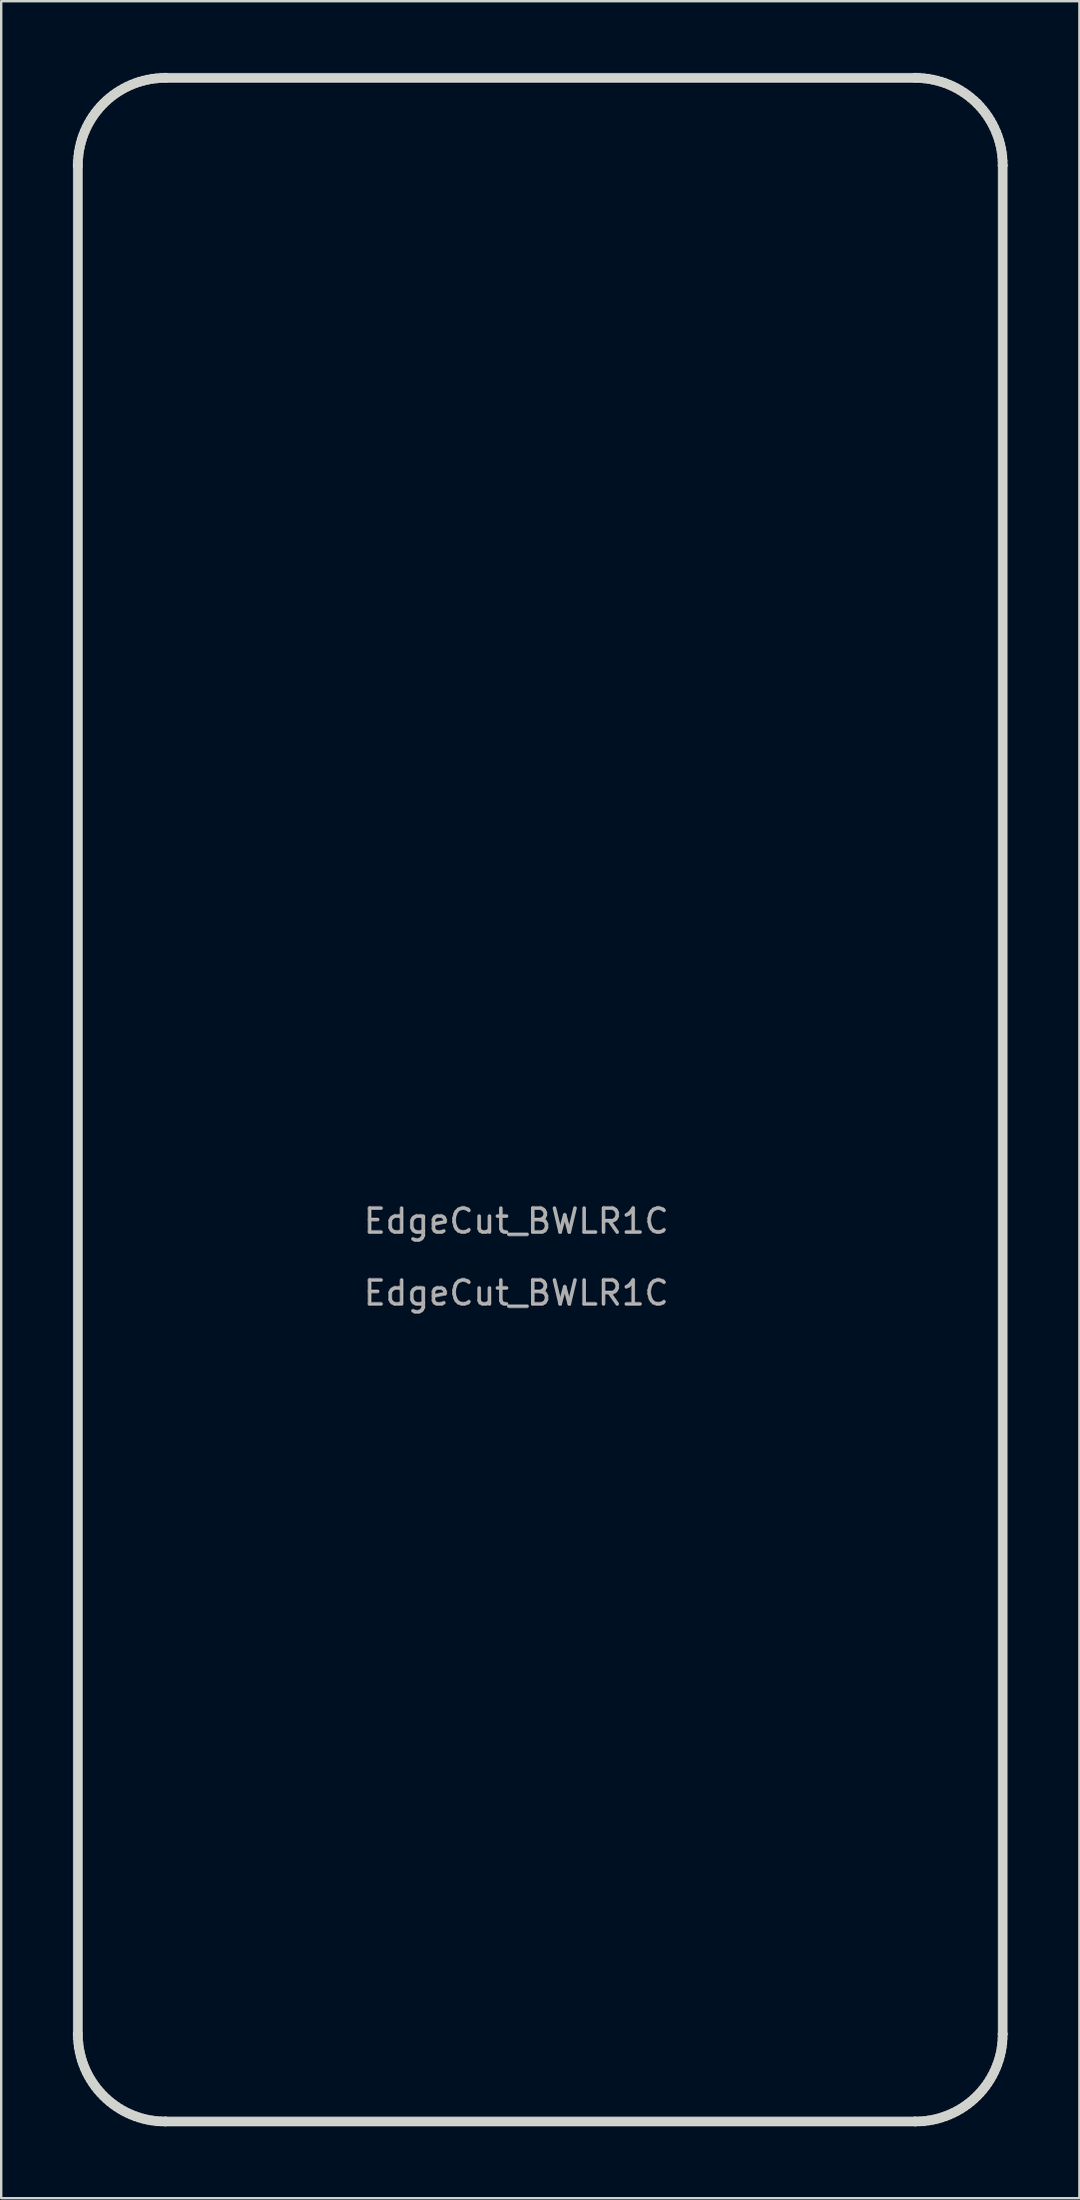
<source format=kicad_pcb>
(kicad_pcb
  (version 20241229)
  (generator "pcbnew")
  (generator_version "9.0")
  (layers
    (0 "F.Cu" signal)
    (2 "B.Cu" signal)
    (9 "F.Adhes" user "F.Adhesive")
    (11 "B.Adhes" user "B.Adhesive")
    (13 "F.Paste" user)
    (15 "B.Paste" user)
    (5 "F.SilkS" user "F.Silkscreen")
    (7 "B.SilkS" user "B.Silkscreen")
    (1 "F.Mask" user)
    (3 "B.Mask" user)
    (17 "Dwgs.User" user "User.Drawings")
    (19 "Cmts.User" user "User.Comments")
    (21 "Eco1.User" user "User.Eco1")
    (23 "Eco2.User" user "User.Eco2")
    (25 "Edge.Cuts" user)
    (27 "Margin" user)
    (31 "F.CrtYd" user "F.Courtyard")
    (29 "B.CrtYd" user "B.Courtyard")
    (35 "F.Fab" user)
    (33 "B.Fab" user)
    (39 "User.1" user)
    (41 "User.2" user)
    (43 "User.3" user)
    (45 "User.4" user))
  (footprint "EdgeCut_BWLR1C"
    (layer "F.Cu")
    (at 18.501 48.426)
    (property "Reference" "EdgeCut_BWLR1C" (at 0 -0.5 0) (unlocked yes) (layer "F.Fab") (effects (font (size 1 1) (thickness 0.15))))
    (fp_line (start -18.3 -44.575) (end -18.3 -44.575) (stroke (width 0.402) (type solid)) (layer "Edge.Cuts"))
    (fp_line (start -18.3 -44.575) (end -18.3 -44.575) (stroke (width 0.402) (type solid)) (layer "Edge.Cuts"))
    (fp_line (start -18.3 -44.575) (end -18.295 -44.763) (stroke (width 0.402) (type solid)) (layer "Edge.Cuts"))
    (fp_line (start -18.3 33.435) (end -18.3 -44.575) (stroke (width 0.402) (type solid)) (layer "Edge.Cuts"))
    (fp_line (start -18.3 33.435) (end -18.3 33.435) (stroke (width 0.402) (type solid)) (layer "Edge.Cuts"))
    (fp_line (start -18.295 -44.763) (end -18.281 -44.948) (stroke (width 0.402) (type solid)) (layer "Edge.Cuts"))
    (fp_line (start -18.295 33.623) (end -18.3 33.435) (stroke (width 0.402) (type solid)) (layer "Edge.Cuts"))
    (fp_line (start -18.281 -44.948) (end -18.258 -45.131) (stroke (width 0.402) (type solid)) (layer "Edge.Cuts"))
    (fp_line (start -18.281 33.808) (end -18.295 33.623) (stroke (width 0.402) (type solid)) (layer "Edge.Cuts"))
    (fp_line (start -18.258 -45.131) (end -18.226 -45.31) (stroke (width 0.402) (type solid)) (layer "Edge.Cuts"))
    (fp_line (start -18.258 33.991) (end -18.281 33.808) (stroke (width 0.402) (type solid)) (layer "Edge.Cuts"))
    (fp_line (start -18.226 -45.31) (end -18.185 -45.487) (stroke (width 0.402) (type solid)) (layer "Edge.Cuts"))
    (fp_line (start -18.226 34.171) (end -18.258 33.991) (stroke (width 0.402) (type solid)) (layer "Edge.Cuts"))
    (fp_line (start -18.185 -45.487) (end -18.136 -45.66) (stroke (width 0.402) (type solid)) (layer "Edge.Cuts"))
    (fp_line (start -18.185 34.347) (end -18.226 34.171) (stroke (width 0.402) (type solid)) (layer "Edge.Cuts"))
    (fp_line (start -18.136 -45.66) (end -18.078 -45.83) (stroke (width 0.402) (type solid)) (layer "Edge.Cuts"))
    (fp_line (start -18.136 34.521) (end -18.185 34.347) (stroke (width 0.402) (type solid)) (layer "Edge.Cuts"))
    (fp_line (start -18.078 -45.83) (end -18.013 -45.995) (stroke (width 0.402) (type solid)) (layer "Edge.Cuts"))
    (fp_line (start -18.078 34.69) (end -18.136 34.521) (stroke (width 0.402) (type solid)) (layer "Edge.Cuts"))
    (fp_line (start -18.013 -45.995) (end -17.94 -46.157) (stroke (width 0.402) (type solid)) (layer "Edge.Cuts"))
    (fp_line (start -18.013 34.856) (end -18.078 34.69) (stroke (width 0.402) (type solid)) (layer "Edge.Cuts"))
    (fp_line (start -17.94 -46.157) (end -17.859 -46.315) (stroke (width 0.402) (type solid)) (layer "Edge.Cuts"))
    (fp_line (start -17.94 35.018) (end -18.013 34.856) (stroke (width 0.402) (type solid)) (layer "Edge.Cuts"))
    (fp_line (start -17.859 -46.315) (end -17.771 -46.467) (stroke (width 0.402) (type solid)) (layer "Edge.Cuts"))
    (fp_line (start -17.859 35.175) (end -17.94 35.018) (stroke (width 0.402) (type solid)) (layer "Edge.Cuts"))
    (fp_line (start -17.771 -46.467) (end -17.676 -46.615) (stroke (width 0.402) (type solid)) (layer "Edge.Cuts"))
    (fp_line (start -17.771 35.328) (end -17.859 35.175) (stroke (width 0.402) (type solid)) (layer "Edge.Cuts"))
    (fp_line (start -17.676 -46.615) (end -17.575 -46.759) (stroke (width 0.402) (type solid)) (layer "Edge.Cuts"))
    (fp_line (start -17.676 35.476) (end -17.771 35.328) (stroke (width 0.402) (type solid)) (layer "Edge.Cuts"))
    (fp_line (start -17.575 -46.759) (end -17.466 -46.896) (stroke (width 0.402) (type solid)) (layer "Edge.Cuts"))
    (fp_line (start -17.575 35.619) (end -17.676 35.476) (stroke (width 0.402) (type solid)) (layer "Edge.Cuts"))
    (fp_line (start -17.466 -46.896) (end -17.352 -47.029) (stroke (width 0.402) (type solid)) (layer "Edge.Cuts"))
    (fp_line (start -17.466 35.757) (end -17.575 35.619) (stroke (width 0.402) (type solid)) (layer "Edge.Cuts"))
    (fp_line (start -17.352 -47.029) (end -17.231 -47.156) (stroke (width 0.402) (type solid)) (layer "Edge.Cuts"))
    (fp_line (start -17.352 35.889) (end -17.466 35.757) (stroke (width 0.402) (type solid)) (layer "Edge.Cuts"))
    (fp_line (start -17.231 -47.156) (end -17.104 -47.277) (stroke (width 0.402) (type solid)) (layer "Edge.Cuts"))
    (fp_line (start -17.231 36.016) (end -17.352 35.889) (stroke (width 0.402) (type solid)) (layer "Edge.Cuts"))
    (fp_line (start -17.104 -47.277) (end -16.972 -47.391) (stroke (width 0.402) (type solid)) (layer "Edge.Cuts"))
    (fp_line (start -17.104 36.137) (end -17.231 36.016) (stroke (width 0.402) (type solid)) (layer "Edge.Cuts"))
    (fp_line (start -16.972 -47.391) (end -16.834 -47.5) (stroke (width 0.402) (type solid)) (layer "Edge.Cuts"))
    (fp_line (start -16.972 36.252) (end -17.104 36.137) (stroke (width 0.402) (type solid)) (layer "Edge.Cuts"))
    (fp_line (start -16.834 -47.5) (end -16.691 -47.601) (stroke (width 0.402) (type solid)) (layer "Edge.Cuts"))
    (fp_line (start -16.834 36.36) (end -16.972 36.252) (stroke (width 0.402) (type solid)) (layer "Edge.Cuts"))
    (fp_line (start -16.691 -47.601) (end -16.542 -47.696) (stroke (width 0.402) (type solid)) (layer "Edge.Cuts"))
    (fp_line (start -16.691 36.462) (end -16.834 36.36) (stroke (width 0.402) (type solid)) (layer "Edge.Cuts"))
    (fp_line (start -16.542 -47.696) (end -16.39 -47.784) (stroke (width 0.402) (type solid)) (layer "Edge.Cuts"))
    (fp_line (start -16.542 36.557) (end -16.691 36.462) (stroke (width 0.402) (type solid)) (layer "Edge.Cuts"))
    (fp_line (start -16.39 -47.784) (end -16.232 -47.865) (stroke (width 0.402) (type solid)) (layer "Edge.Cuts"))
    (fp_line (start -16.39 36.645) (end -16.542 36.557) (stroke (width 0.402) (type solid)) (layer "Edge.Cuts"))
    (fp_line (start -16.232 -47.865) (end -16.071 -47.938) (stroke (width 0.402) (type solid)) (layer "Edge.Cuts"))
    (fp_line (start -16.232 36.725) (end -16.39 36.645) (stroke (width 0.402) (type solid)) (layer "Edge.Cuts"))
    (fp_line (start -16.071 -47.938) (end -15.905 -48.003) (stroke (width 0.402) (type solid)) (layer "Edge.Cuts"))
    (fp_line (start -16.071 36.798) (end -16.232 36.725) (stroke (width 0.402) (type solid)) (layer "Edge.Cuts"))
    (fp_line (start -15.905 -48.003) (end -15.735 -48.061) (stroke (width 0.402) (type solid)) (layer "Edge.Cuts"))
    (fp_line (start -15.905 36.864) (end -16.071 36.798) (stroke (width 0.402) (type solid)) (layer "Edge.Cuts"))
    (fp_line (start -15.735 -48.061) (end -15.562 -48.11) (stroke (width 0.402) (type solid)) (layer "Edge.Cuts"))
    (fp_line (start -15.735 36.921) (end -15.905 36.864) (stroke (width 0.402) (type solid)) (layer "Edge.Cuts"))
    (fp_line (start -15.562 -48.11) (end -15.385 -48.151) (stroke (width 0.402) (type solid)) (layer "Edge.Cuts"))
    (fp_line (start -15.562 36.97) (end -15.735 36.921) (stroke (width 0.402) (type solid)) (layer "Edge.Cuts"))
    (fp_line (start -15.385 -48.151) (end -15.206 -48.183) (stroke (width 0.402) (type solid)) (layer "Edge.Cuts"))
    (fp_line (start -15.385 37.011) (end -15.562 36.97) (stroke (width 0.402) (type solid)) (layer "Edge.Cuts"))
    (fp_line (start -15.206 -48.183) (end -15.023 -48.206) (stroke (width 0.402) (type solid)) (layer "Edge.Cuts"))
    (fp_line (start -15.206 37.043) (end -15.385 37.011) (stroke (width 0.402) (type solid)) (layer "Edge.Cuts"))
    (fp_line (start -15.023 -48.206) (end -14.838 -48.22) (stroke (width 0.402) (type solid)) (layer "Edge.Cuts"))
    (fp_line (start -15.023 37.066) (end -15.206 37.043) (stroke (width 0.402) (type solid)) (layer "Edge.Cuts"))
    (fp_line (start -14.838 -48.22) (end -14.65 -48.225) (stroke (width 0.402) (type solid)) (layer "Edge.Cuts"))
    (fp_line (start -14.838 37.08) (end -15.023 37.066) (stroke (width 0.402) (type solid)) (layer "Edge.Cuts"))
    (fp_line (start -14.65 -48.225) (end -14.65 -48.225) (stroke (width 0.402) (type solid)) (layer "Edge.Cuts"))
    (fp_line (start -14.65 -48.225) (end 16.658 -48.225) (stroke (width 0.402) (type solid)) (layer "Edge.Cuts"))
    (fp_line (start -14.65 37.085) (end -14.838 37.08) (stroke (width 0.402) (type solid)) (layer "Edge.Cuts"))
    (fp_line (start -14.65 37.085) (end -14.65 37.085) (stroke (width 0.402) (type solid)) (layer "Edge.Cuts"))
    (fp_line (start 16.658 -48.225) (end 16.658 -48.225) (stroke (width 0.402) (type solid)) (layer "Edge.Cuts"))
    (fp_line (start 16.658 -48.225) (end 16.839 -48.22) (stroke (width 0.402) (type solid)) (layer "Edge.Cuts"))
    (fp_line (start 16.658 37.085) (end -14.65 37.085) (stroke (width 0.402) (type solid)) (layer "Edge.Cuts"))
    (fp_line (start 16.658 37.085) (end 16.658 37.085) (stroke (width 0.402) (type solid)) (layer "Edge.Cuts"))
    (fp_line (start 16.839 -48.22) (end 17.019 -48.207) (stroke (width 0.402) (type solid)) (layer "Edge.Cuts"))
    (fp_line (start 16.846 37.08) (end 16.658 37.085) (stroke (width 0.402) (type solid)) (layer "Edge.Cuts"))
    (fp_line (start 17.019 -48.207) (end 17.197 -48.185) (stroke (width 0.402) (type solid)) (layer "Edge.Cuts"))
    (fp_line (start 17.031 37.066) (end 16.846 37.08) (stroke (width 0.402) (type solid)) (layer "Edge.Cuts"))
    (fp_line (start 17.197 -48.185) (end 17.374 -48.154) (stroke (width 0.402) (type solid)) (layer "Edge.Cuts"))
    (fp_line (start 17.214 37.043) (end 17.031 37.066) (stroke (width 0.402) (type solid)) (layer "Edge.Cuts"))
    (fp_line (start 17.374 -48.154) (end 17.548 -48.115) (stroke (width 0.402) (type solid)) (layer "Edge.Cuts"))
    (fp_line (start 17.394 37.011) (end 17.214 37.043) (stroke (width 0.402) (type solid)) (layer "Edge.Cuts"))
    (fp_line (start 17.548 -48.115) (end 17.72 -48.067) (stroke (width 0.402) (type solid)) (layer "Edge.Cuts"))
    (fp_line (start 17.57 36.97) (end 17.394 37.011) (stroke (width 0.402) (type solid)) (layer "Edge.Cuts"))
    (fp_line (start 17.72 -48.067) (end 17.889 -48.011) (stroke (width 0.402) (type solid)) (layer "Edge.Cuts"))
    (fp_line (start 17.744 36.921) (end 17.57 36.97) (stroke (width 0.402) (type solid)) (layer "Edge.Cuts"))
    (fp_line (start 17.889 -48.011) (end 18.055 -47.947) (stroke (width 0.402) (type solid)) (layer "Edge.Cuts"))
    (fp_line (start 17.913 36.864) (end 17.744 36.921) (stroke (width 0.402) (type solid)) (layer "Edge.Cuts"))
    (fp_line (start 18.055 -47.947) (end 18.218 -47.875) (stroke (width 0.402) (type solid)) (layer "Edge.Cuts"))
    (fp_line (start 18.079 36.798) (end 17.913 36.864) (stroke (width 0.402) (type solid)) (layer "Edge.Cuts"))
    (fp_line (start 18.218 -47.875) (end 18.377 -47.795) (stroke (width 0.402) (type solid)) (layer "Edge.Cuts"))
    (fp_line (start 18.241 36.725) (end 18.079 36.798) (stroke (width 0.402) (type solid)) (layer "Edge.Cuts"))
    (fp_line (start 18.377 -47.795) (end 18.532 -47.707) (stroke (width 0.402) (type solid)) (layer "Edge.Cuts"))
    (fp_line (start 18.398 36.645) (end 18.241 36.725) (stroke (width 0.402) (type solid)) (layer "Edge.Cuts"))
    (fp_line (start 18.532 -47.707) (end 18.683 -47.612) (stroke (width 0.402) (type solid)) (layer "Edge.Cuts"))
    (fp_line (start 18.551 36.557) (end 18.398 36.645) (stroke (width 0.402) (type solid)) (layer "Edge.Cuts"))
    (fp_line (start 18.683 -47.612) (end 18.83 -47.509) (stroke (width 0.402) (type solid)) (layer "Edge.Cuts"))
    (fp_line (start 18.699 36.462) (end 18.551 36.557) (stroke (width 0.402) (type solid)) (layer "Edge.Cuts"))
    (fp_line (start 18.83 -47.509) (end 18.971 -47.398) (stroke (width 0.402) (type solid)) (layer "Edge.Cuts"))
    (fp_line (start 18.842 36.36) (end 18.699 36.462) (stroke (width 0.402) (type solid)) (layer "Edge.Cuts"))
    (fp_line (start 18.971 -47.398) (end 19.108 -47.281) (stroke (width 0.402) (type solid)) (layer "Edge.Cuts"))
    (fp_line (start 18.98 36.252) (end 18.842 36.36) (stroke (width 0.402) (type solid)) (layer "Edge.Cuts"))
    (fp_line (start 19.108 -47.281) (end 19.239 -47.156) (stroke (width 0.402) (type solid)) (layer "Edge.Cuts"))
    (fp_line (start 19.112 36.137) (end 18.98 36.252) (stroke (width 0.402) (type solid)) (layer "Edge.Cuts"))
    (fp_line (start 19.239 36.016) (end 19.112 36.137) (stroke (width 0.402) (type solid)) (layer "Edge.Cuts"))
    (fp_line (start 19.239 -47.156) (end 19.239 -47.156) (stroke (width 0.402) (type solid)) (layer "Edge.Cuts"))
    (fp_line (start 19.239 -47.156) (end 19.364 -47.025) (stroke (width 0.402) (type solid)) (layer "Edge.Cuts"))
    (fp_line (start 19.36 35.889) (end 19.239 36.016) (stroke (width 0.402) (type solid)) (layer "Edge.Cuts"))
    (fp_line (start 19.364 -47.025) (end 19.482 -46.888) (stroke (width 0.402) (type solid)) (layer "Edge.Cuts"))
    (fp_line (start 19.475 35.757) (end 19.36 35.889) (stroke (width 0.402) (type solid)) (layer "Edge.Cuts"))
    (fp_line (start 19.482 -46.888) (end 19.592 -46.746) (stroke (width 0.402) (type solid)) (layer "Edge.Cuts"))
    (fp_line (start 19.583 35.619) (end 19.475 35.757) (stroke (width 0.402) (type solid)) (layer "Edge.Cuts"))
    (fp_line (start 19.592 -46.746) (end 19.695 -46.6) (stroke (width 0.402) (type solid)) (layer "Edge.Cuts"))
    (fp_line (start 19.685 35.476) (end 19.583 35.619) (stroke (width 0.402) (type solid)) (layer "Edge.Cuts"))
    (fp_line (start 19.695 -46.6) (end 19.79 -46.449) (stroke (width 0.402) (type solid)) (layer "Edge.Cuts"))
    (fp_line (start 19.78 35.328) (end 19.685 35.476) (stroke (width 0.402) (type solid)) (layer "Edge.Cuts"))
    (fp_line (start 19.79 -46.449) (end 19.878 -46.294) (stroke (width 0.402) (type solid)) (layer "Edge.Cuts"))
    (fp_line (start 19.868 35.175) (end 19.78 35.328) (stroke (width 0.402) (type solid)) (layer "Edge.Cuts"))
    (fp_line (start 19.878 -46.294) (end 19.958 -46.134) (stroke (width 0.402) (type solid)) (layer "Edge.Cuts"))
    (fp_line (start 19.948 35.018) (end 19.868 35.175) (stroke (width 0.402) (type solid)) (layer "Edge.Cuts"))
    (fp_line (start 19.958 -46.134) (end 20.03 -45.972) (stroke (width 0.402) (type solid)) (layer "Edge.Cuts"))
    (fp_line (start 20.021 34.856) (end 19.948 35.018) (stroke (width 0.402) (type solid)) (layer "Edge.Cuts"))
    (fp_line (start 20.03 -45.972) (end 20.095 -45.805) (stroke (width 0.402) (type solid)) (layer "Edge.Cuts"))
    (fp_line (start 20.087 34.69) (end 20.021 34.856) (stroke (width 0.402) (type solid)) (layer "Edge.Cuts"))
    (fp_line (start 20.095 -45.805) (end 20.15 -45.636) (stroke (width 0.402) (type solid)) (layer "Edge.Cuts"))
    (fp_line (start 20.144 34.521) (end 20.087 34.69) (stroke (width 0.402) (type solid)) (layer "Edge.Cuts"))
    (fp_line (start 20.15 -45.636) (end 20.198 -45.464) (stroke (width 0.402) (type solid)) (layer "Edge.Cuts"))
    (fp_line (start 20.193 34.347) (end 20.144 34.521) (stroke (width 0.402) (type solid)) (layer "Edge.Cuts"))
    (fp_line (start 20.198 -45.464) (end 20.237 -45.29) (stroke (width 0.402) (type solid)) (layer "Edge.Cuts"))
    (fp_line (start 20.234 34.171) (end 20.193 34.347) (stroke (width 0.402) (type solid)) (layer "Edge.Cuts"))
    (fp_line (start 20.237 -45.29) (end 20.268 -45.114) (stroke (width 0.402) (type solid)) (layer "Edge.Cuts"))
    (fp_line (start 20.266 33.991) (end 20.234 34.171) (stroke (width 0.402) (type solid)) (layer "Edge.Cuts"))
    (fp_line (start 20.268 -45.114) (end 20.29 -44.936) (stroke (width 0.402) (type solid)) (layer "Edge.Cuts"))
    (fp_line (start 20.289 33.808) (end 20.266 33.991) (stroke (width 0.402) (type solid)) (layer "Edge.Cuts"))
    (fp_line (start 20.29 -44.936) (end 20.304 -44.756) (stroke (width 0.402) (type solid)) (layer "Edge.Cuts"))
    (fp_line (start 20.303 33.623) (end 20.289 33.808) (stroke (width 0.402) (type solid)) (layer "Edge.Cuts"))
    (fp_line (start 20.304 -44.756) (end 20.308 -44.575) (stroke (width 0.402) (type solid)) (layer "Edge.Cuts"))
    (fp_line (start 20.308 -44.575) (end 20.308 -44.575) (stroke (width 0.402) (type solid)) (layer "Edge.Cuts"))
    (fp_line (start 20.308 -44.575) (end 20.308 33.435) (stroke (width 0.402) (type solid)) (layer "Edge.Cuts"))
    (fp_line (start 20.308 33.435) (end 20.303 33.623) (stroke (width 0.402) (type solid)) (layer "Edge.Cuts"))
    (fp_line (start 20.308 33.435) (end 20.308 33.435) (stroke (width 0.402) (type solid)) (layer "Edge.Cuts"))
    (fp_text user "${REFERENCE}" (at 0 2.5 0) (unlocked yes) (layer "F.Fab") (effects (font (size 1 1) (thickness 0.15)))))
  (gr_rect
    (start -3 -3)
    (end 42.01 88.712)
    (stroke (width 0.1) (type default))
    (fill no)
    (layer "Edge.Cuts")))
</source>
